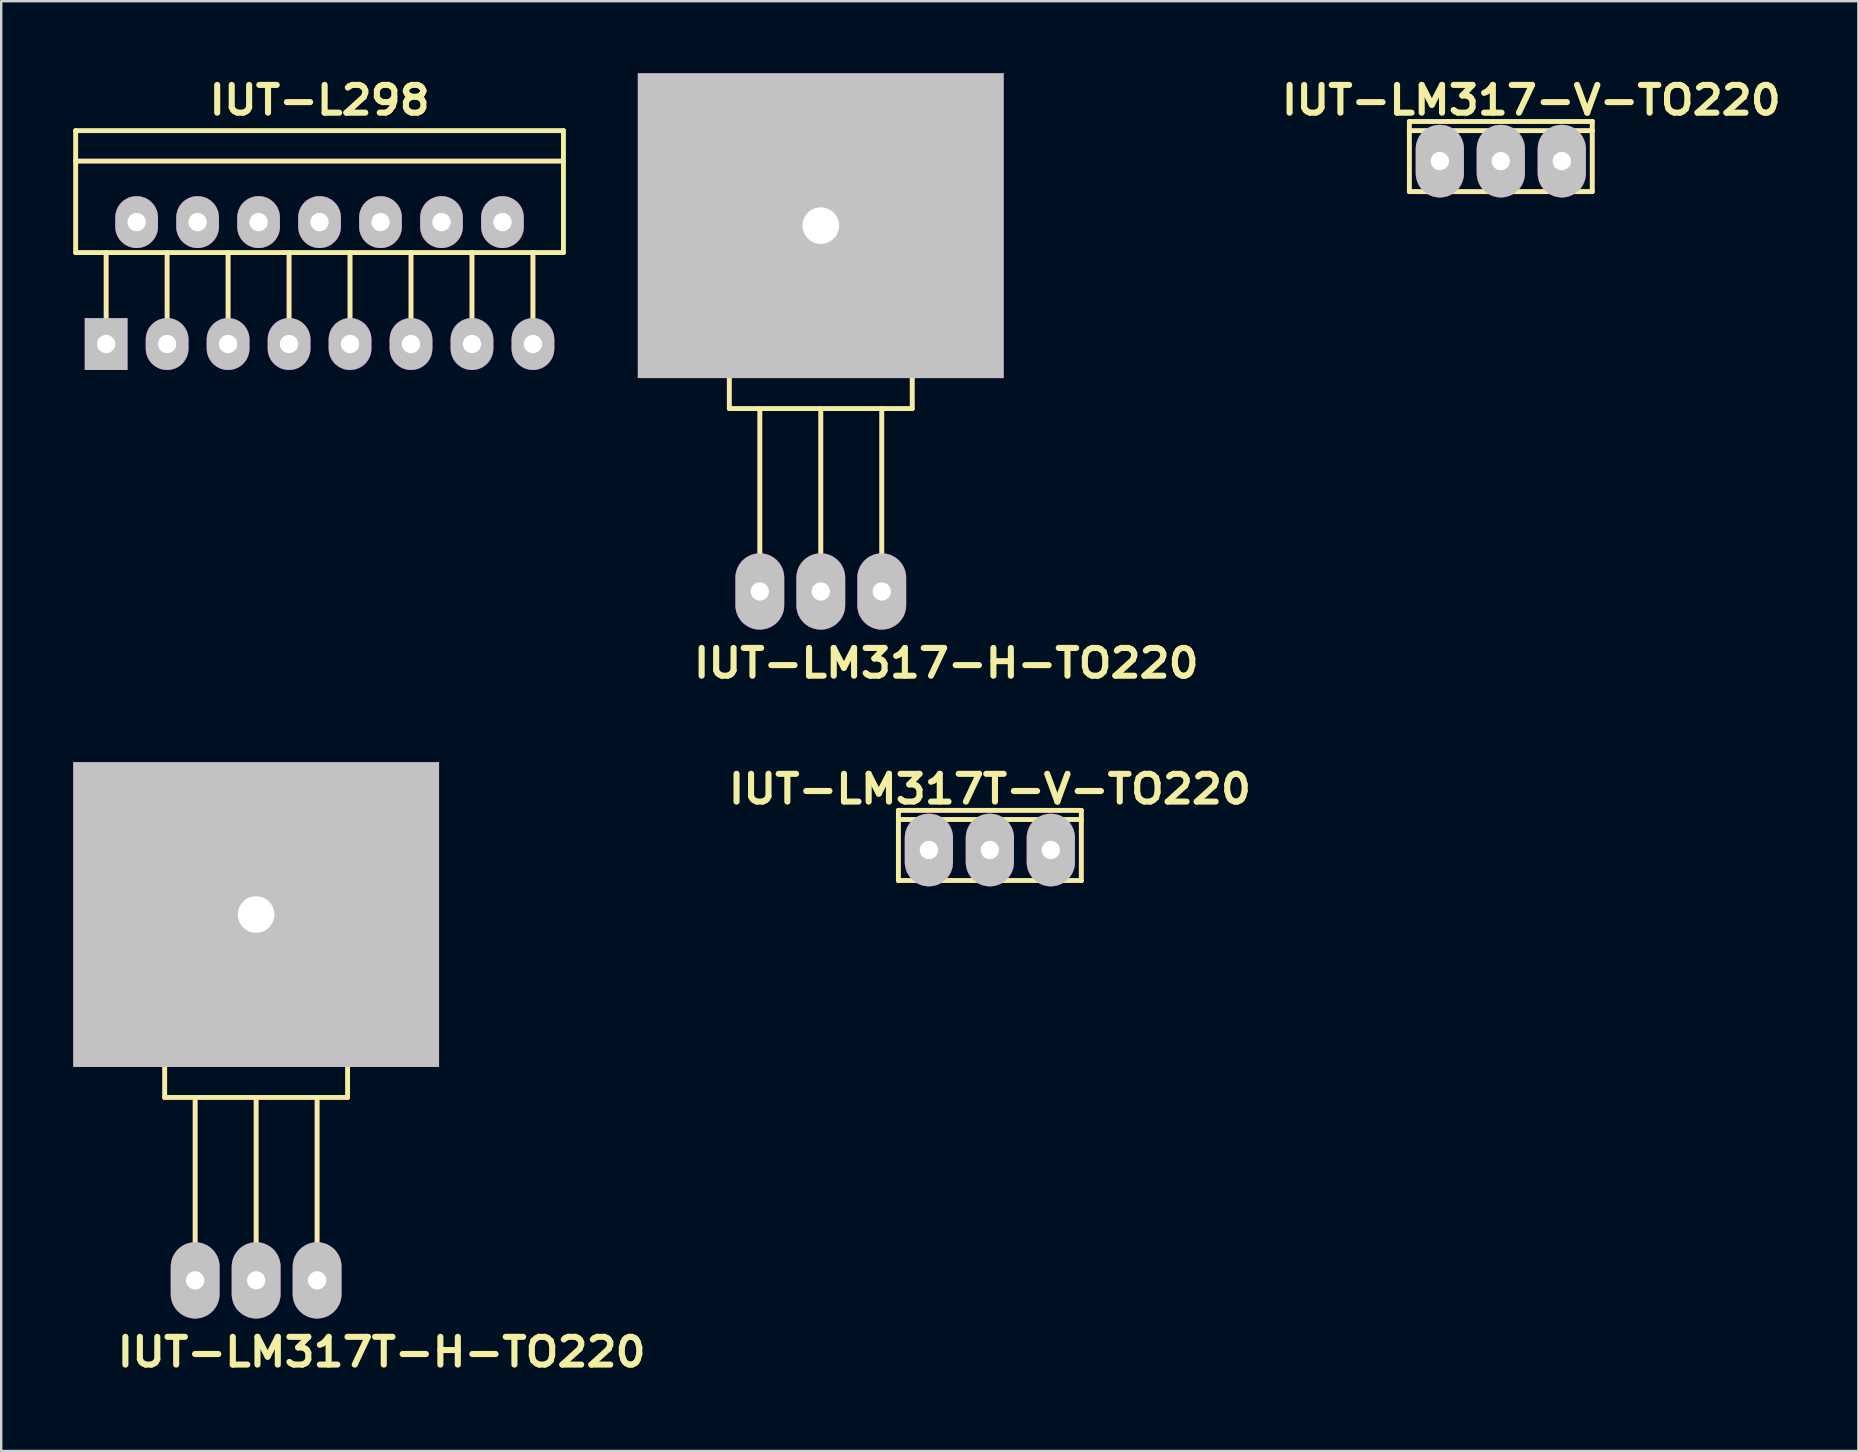
<source format=kicad_pcb>
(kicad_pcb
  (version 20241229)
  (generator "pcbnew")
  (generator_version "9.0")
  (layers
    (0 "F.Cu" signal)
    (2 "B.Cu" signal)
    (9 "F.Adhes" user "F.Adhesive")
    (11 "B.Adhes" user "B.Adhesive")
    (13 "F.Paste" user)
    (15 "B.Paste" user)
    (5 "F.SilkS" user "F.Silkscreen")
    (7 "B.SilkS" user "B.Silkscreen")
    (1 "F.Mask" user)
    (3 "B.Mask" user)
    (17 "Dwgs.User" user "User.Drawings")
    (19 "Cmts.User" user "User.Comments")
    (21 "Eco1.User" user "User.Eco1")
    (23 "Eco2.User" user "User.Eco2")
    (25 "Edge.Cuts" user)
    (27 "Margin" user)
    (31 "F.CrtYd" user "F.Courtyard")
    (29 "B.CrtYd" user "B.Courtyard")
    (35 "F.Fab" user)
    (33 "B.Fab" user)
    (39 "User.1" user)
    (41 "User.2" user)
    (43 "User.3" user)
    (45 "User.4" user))
  (footprint "IUT-L298"
    (layer "F.Cu")
    (at 1.372 11.282)
    (property "Reference" "IUT-L298" (at 8.89 -10.16 0) (layer "F.SilkS") (effects (font (size 1.156 1.27) (thickness 0.254))))
    (attr through_hole)
    (fp_line (start -1.27 -8.89) (end -1.27 -3.81) (stroke (width 0.203) (type solid)) (layer "F.SilkS"))
    (fp_line (start -1.27 -7.62) (end 19.05 -7.62) (stroke (width 0.203) (type solid)) (layer "F.SilkS"))
    (fp_line (start -1.27 -3.81) (end 19.05 -3.81) (stroke (width 0.203) (type solid)) (layer "F.SilkS"))
    (fp_line (start 0 0) (end 0 -3.81) (stroke (width 0.203) (type solid)) (layer "F.SilkS"))
    (fp_line (start 2.54 0) (end 2.54 -3.81) (stroke (width 0.203) (type solid)) (layer "F.SilkS"))
    (fp_line (start 5.08 0) (end 5.08 -3.81) (stroke (width 0.203) (type solid)) (layer "F.SilkS"))
    (fp_line (start 7.62 0) (end 7.62 -3.81) (stroke (width 0.203) (type solid)) (layer "F.SilkS"))
    (fp_line (start 10.16 0) (end 10.16 -3.81) (stroke (width 0.203) (type solid)) (layer "F.SilkS"))
    (fp_line (start 12.7 0) (end 12.7 -3.81) (stroke (width 0.203) (type solid)) (layer "F.SilkS"))
    (fp_line (start 15.24 0) (end 15.24 -3.81) (stroke (width 0.203) (type solid)) (layer "F.SilkS"))
    (fp_line (start 17.78 0) (end 17.78 -3.81) (stroke (width 0.203) (type solid)) (layer "F.SilkS"))
    (fp_line (start 19.05 -8.89) (end -1.27 -8.89) (stroke (width 0.203) (type solid)) (layer "F.SilkS"))
    (fp_line (start 19.05 -3.81) (end 19.05 -8.89) (stroke (width 0.203) (type solid)) (layer "F.SilkS"))
    (fp_line (start -1.27 -8.89) (end -1.27 -3.81) (stroke (width 0.203) (type solid)) (layer "F.Adhes"))
    (fp_line (start -1.27 -7.62) (end 19.05 -7.62) (stroke (width 0.203) (type solid)) (layer "F.Adhes"))
    (fp_line (start -1.27 -3.81) (end 19.05 -3.81) (stroke (width 0.203) (type solid)) (layer "F.Adhes"))
    (fp_line (start 0 0) (end 0 -3.81) (stroke (width 0.203) (type solid)) (layer "F.Adhes"))
    (fp_line (start 2.54 0) (end 2.54 -3.81) (stroke (width 0.203) (type solid)) (layer "F.Adhes"))
    (fp_line (start 5.08 0) (end 5.08 -3.81) (stroke (width 0.203) (type solid)) (layer "F.Adhes"))
    (fp_line (start 7.62 0) (end 7.62 -3.81) (stroke (width 0.203) (type solid)) (layer "F.Adhes"))
    (fp_line (start 10.16 0) (end 10.16 -3.81) (stroke (width 0.203) (type solid)) (layer "F.Adhes"))
    (fp_line (start 12.7 0) (end 12.7 -3.81) (stroke (width 0.203) (type solid)) (layer "F.Adhes"))
    (fp_line (start 15.24 0) (end 15.24 -3.81) (stroke (width 0.203) (type solid)) (layer "F.Adhes"))
    (fp_line (start 17.78 0) (end 17.78 -3.81) (stroke (width 0.203) (type solid)) (layer "F.Adhes"))
    (fp_line (start 19.05 -8.89) (end -1.27 -8.89) (stroke (width 0.203) (type solid)) (layer "F.Adhes"))
    (fp_line (start 19.05 -3.81) (end 19.05 -8.89) (stroke (width 0.203) (type solid)) (layer "F.Adhes"))
    (pad "1" thru_hole rect (at 0 0 90) (size 2.159 1.778) (drill 0.762) (layers "*.Cu" "*.Adhes" "*.Mask" "Dwgs.User" "Eco1.User" "Eco2.User"))
    (pad "2" thru_hole oval (at 1.27 -5.08 90) (size 2.159 1.778) (drill 0.762) (layers "*.Adhes" "*.Mask" "B.Cu" "Dwgs.User" "Eco1.User" "Eco2.User"))
    (pad "3" thru_hole oval (at 2.54 0 90) (size 2.159 1.778) (drill 0.762) (layers "*.Cu" "*.Adhes" "*.Mask" "Dwgs.User" "Eco1.User" "Eco2.User"))
    (pad "4" thru_hole oval (at 3.81 -5.08 90) (size 2.159 1.778) (drill 0.762) (layers "*.Adhes" "*.Mask" "B.Cu" "Dwgs.User" "Eco1.User" "Eco2.User"))
    (pad "5" thru_hole oval (at 5.08 0 90) (size 2.159 1.778) (drill 0.762) (layers "*.Cu" "*.Adhes" "*.Mask" "Dwgs.User" "Eco1.User" "Eco2.User"))
    (pad "6" thru_hole oval (at 6.35 -5.08 90) (size 2.159 1.778) (drill 0.762) (layers "*.Adhes" "*.Mask" "B.Cu" "Dwgs.User" "Eco1.User" "Eco2.User"))
    (pad "7" thru_hole oval (at 7.62 0 90) (size 2.159 1.778) (drill 0.762) (layers "*.Cu" "*.Adhes" "*.Mask" "Dwgs.User" "Eco1.User" "Eco2.User"))
    (pad "8" thru_hole oval (at 8.89 -5.08 90) (size 2.159 1.778) (drill 0.762) (layers "*.Adhes" "*.Mask" "B.Cu" "Dwgs.User" "Eco1.User" "Eco2.User"))
    (pad "9" thru_hole oval (at 10.16 0 90) (size 2.159 1.778) (drill 0.762) (layers "*.Cu" "*.Adhes" "*.Mask" "Dwgs.User" "Eco1.User" "Eco2.User"))
    (pad "10" thru_hole oval (at 11.43 -5.08 90) (size 2.159 1.778) (drill 0.762) (layers "*.Adhes" "*.Mask" "B.Cu" "Dwgs.User" "Eco1.User" "Eco2.User"))
    (pad "11" thru_hole oval (at 12.7 0 90) (size 2.159 1.778) (drill 0.762) (layers "*.Cu" "*.Adhes" "*.Mask" "Dwgs.User" "Eco1.User" "Eco2.User"))
    (pad "12" thru_hole oval (at 13.97 -5.08 90) (size 2.159 1.778) (drill 0.762) (layers "*.Adhes" "*.Mask" "B.Cu" "Dwgs.User" "Eco1.User" "Eco2.User"))
    (pad "13" thru_hole oval (at 15.24 0 90) (size 2.159 1.778) (drill 0.762) (layers "*.Cu" "*.Adhes" "*.Mask" "Dwgs.User" "Eco1.User" "Eco2.User"))
    (pad "14" thru_hole oval (at 16.51 -5.08 90) (size 2.159 1.778) (drill 0.762) (layers "*.Adhes" "*.Mask" "B.Cu" "Dwgs.User" "Eco1.User" "Eco2.User"))
    (pad "15" thru_hole oval (at 17.78 0 90) (size 2.159 1.778) (drill 0.762) (layers "*.Cu" "*.Adhes" "*.Mask" "Dwgs.User" "Eco1.User" "Eco2.User")))
  (footprint "IUT-LM317T-H-TO220"
    (layer "F.Cu")
    (at 7.62 50.289)
    (property "Reference" "IUT-LM317T-H-TO220" (at 5.227 2.987 0) (layer "F.SilkS") (effects (font (size 1.156 1.27) (thickness 0.254))))
    (attr through_hole)
    (fp_line (start -3.81 -20.32) (end 3.81 -20.32) (stroke (width 0.203) (type solid)) (layer "F.SilkS"))
    (fp_line (start -3.81 -19.05) (end -3.81 -20.32) (stroke (width 0.203) (type solid)) (layer "F.SilkS"))
    (fp_line (start -3.81 -17.78) (end -2.54 -17.78) (stroke (width 0.203) (type solid)) (layer "F.SilkS"))
    (fp_line (start -3.81 -7.62) (end -3.81 -17.78) (stroke (width 0.203) (type solid)) (layer "F.SilkS"))
    (fp_line (start -2.54 -19.05) (end -3.81 -19.05) (stroke (width 0.203) (type solid)) (layer "F.SilkS"))
    (fp_line (start -2.54 -17.78) (end -2.54 -19.05) (stroke (width 0.203) (type solid)) (layer "F.SilkS"))
    (fp_line (start -2.54 0) (end -2.54 -7.62) (stroke (width 0.203) (type solid)) (layer "F.SilkS"))
    (fp_line (start 0 0) (end 0 -7.62) (stroke (width 0.203) (type solid)) (layer "F.SilkS"))
    (fp_line (start 2.54 -19.05) (end 2.54 -17.78) (stroke (width 0.203) (type solid)) (layer "F.SilkS"))
    (fp_line (start 2.54 -17.78) (end 3.81 -17.78) (stroke (width 0.203) (type solid)) (layer "F.SilkS"))
    (fp_line (start 2.54 0) (end 2.54 -7.62) (stroke (width 0.203) (type solid)) (layer "F.SilkS"))
    (fp_line (start 3.81 -20.32) (end 3.81 -19.05) (stroke (width 0.203) (type solid)) (layer "F.SilkS"))
    (fp_line (start 3.81 -19.05) (end 2.54 -19.05) (stroke (width 0.203) (type solid)) (layer "F.SilkS"))
    (fp_line (start 3.81 -17.78) (end 3.81 -7.62) (stroke (width 0.203) (type solid)) (layer "F.SilkS"))
    (fp_line (start 3.81 -7.62) (end -3.81 -7.62) (stroke (width 0.203) (type solid)) (layer "F.SilkS"))
    (fp_line (start -3.81 -20.32) (end 3.81 -20.32) (stroke (width 0.203) (type solid)) (layer "F.Adhes"))
    (fp_line (start -3.81 -19.05) (end -3.81 -20.32) (stroke (width 0.203) (type solid)) (layer "F.Adhes"))
    (fp_line (start -3.81 -17.78) (end -2.54 -17.78) (stroke (width 0.203) (type solid)) (layer "F.Adhes"))
    (fp_line (start -3.81 -7.62) (end -3.81 -17.78) (stroke (width 0.203) (type solid)) (layer "F.Adhes"))
    (fp_line (start -2.54 -19.05) (end -3.81 -19.05) (stroke (width 0.203) (type solid)) (layer "F.Adhes"))
    (fp_line (start -2.54 -17.78) (end -2.54 -19.05) (stroke (width 0.203) (type solid)) (layer "F.Adhes"))
    (fp_line (start -2.54 0) (end -2.54 -7.62) (stroke (width 0.203) (type solid)) (layer "F.Adhes"))
    (fp_line (start 0 0) (end 0 -7.62) (stroke (width 0.203) (type solid)) (layer "F.Adhes"))
    (fp_line (start 2.54 -19.05) (end 2.54 -17.78) (stroke (width 0.203) (type solid)) (layer "F.Adhes"))
    (fp_line (start 2.54 -17.78) (end 3.81 -17.78) (stroke (width 0.203) (type solid)) (layer "F.Adhes"))
    (fp_line (start 2.54 0) (end 2.54 -7.62) (stroke (width 0.203) (type solid)) (layer "F.Adhes"))
    (fp_line (start 3.81 -20.32) (end 3.81 -19.05) (stroke (width 0.203) (type solid)) (layer "F.Adhes"))
    (fp_line (start 3.81 -19.05) (end 2.54 -19.05) (stroke (width 0.203) (type solid)) (layer "F.Adhes"))
    (fp_line (start 3.81 -17.78) (end 3.81 -7.62) (stroke (width 0.203) (type solid)) (layer "F.Adhes"))
    (fp_line (start 3.81 -7.62) (end -3.81 -7.62) (stroke (width 0.203) (type solid)) (layer "F.Adhes"))
    (pad "1" thru_hole oval (at -2.54 0 90) (size 3.175 2.032) (drill 0.762) (layers "*.Cu" "*.Adhes" "*.Mask" "Dwgs.User" "Eco1.User" "Eco2.User"))
    (pad "2" thru_hole oval (at 0 0 90) (size 3.175 2.032) (drill 0.762) (layers "*.Cu" "*.Adhes" "*.Mask" "Dwgs.User" "Eco1.User" "Eco2.User"))
    (pad "3" thru_hole oval (at 2.54 0 90) (size 3.175 2.032) (drill 0.762) (layers "*.Cu" "*.Adhes" "*.Mask" "Dwgs.User" "Eco1.User" "Eco2.User"))
    (pad "X" thru_hole rect (at 0 -15.24) (size 15.24 12.7) (drill 1.524) (layers "*.Adhes" "*.Mask" "F.Cu" "Dwgs.User" "Eco1.User" "Eco2.User")))
  (footprint "IUT-LM317-H-TO220"
    (layer "F.Cu")
    (at 31.143 21.59)
    (property "Reference" "IUT-LM317-H-TO220" (at 5.227 2.987 0) (layer "F.SilkS") (effects (font (size 1.156 1.27) (thickness 0.254))))
    (attr through_hole)
    (fp_line (start -3.81 -20.32) (end 3.81 -20.32) (stroke (width 0.203) (type solid)) (layer "F.SilkS"))
    (fp_line (start -3.81 -19.05) (end -3.81 -20.32) (stroke (width 0.203) (type solid)) (layer "F.SilkS"))
    (fp_line (start -3.81 -17.78) (end -2.54 -17.78) (stroke (width 0.203) (type solid)) (layer "F.SilkS"))
    (fp_line (start -3.81 -7.62) (end -3.81 -17.78) (stroke (width 0.203) (type solid)) (layer "F.SilkS"))
    (fp_line (start -2.54 -19.05) (end -3.81 -19.05) (stroke (width 0.203) (type solid)) (layer "F.SilkS"))
    (fp_line (start -2.54 -17.78) (end -2.54 -19.05) (stroke (width 0.203) (type solid)) (layer "F.SilkS"))
    (fp_line (start -2.54 0) (end -2.54 -7.62) (stroke (width 0.203) (type solid)) (layer "F.SilkS"))
    (fp_line (start 0 0) (end 0 -7.62) (stroke (width 0.203) (type solid)) (layer "F.SilkS"))
    (fp_line (start 2.54 -19.05) (end 2.54 -17.78) (stroke (width 0.203) (type solid)) (layer "F.SilkS"))
    (fp_line (start 2.54 -17.78) (end 3.81 -17.78) (stroke (width 0.203) (type solid)) (layer "F.SilkS"))
    (fp_line (start 2.54 0) (end 2.54 -7.62) (stroke (width 0.203) (type solid)) (layer "F.SilkS"))
    (fp_line (start 3.81 -20.32) (end 3.81 -19.05) (stroke (width 0.203) (type solid)) (layer "F.SilkS"))
    (fp_line (start 3.81 -19.05) (end 2.54 -19.05) (stroke (width 0.203) (type solid)) (layer "F.SilkS"))
    (fp_line (start 3.81 -17.78) (end 3.81 -7.62) (stroke (width 0.203) (type solid)) (layer "F.SilkS"))
    (fp_line (start 3.81 -7.62) (end -3.81 -7.62) (stroke (width 0.203) (type solid)) (layer "F.SilkS"))
    (fp_line (start -3.81 -20.32) (end 3.81 -20.32) (stroke (width 0.203) (type solid)) (layer "F.Adhes"))
    (fp_line (start -3.81 -19.05) (end -3.81 -20.32) (stroke (width 0.203) (type solid)) (layer "F.Adhes"))
    (fp_line (start -3.81 -17.78) (end -2.54 -17.78) (stroke (width 0.203) (type solid)) (layer "F.Adhes"))
    (fp_line (start -3.81 -7.62) (end -3.81 -17.78) (stroke (width 0.203) (type solid)) (layer "F.Adhes"))
    (fp_line (start -2.54 -19.05) (end -3.81 -19.05) (stroke (width 0.203) (type solid)) (layer "F.Adhes"))
    (fp_line (start -2.54 -17.78) (end -2.54 -19.05) (stroke (width 0.203) (type solid)) (layer "F.Adhes"))
    (fp_line (start -2.54 0) (end -2.54 -7.62) (stroke (width 0.203) (type solid)) (layer "F.Adhes"))
    (fp_line (start 0 0) (end 0 -7.62) (stroke (width 0.203) (type solid)) (layer "F.Adhes"))
    (fp_line (start 2.54 -19.05) (end 2.54 -17.78) (stroke (width 0.203) (type solid)) (layer "F.Adhes"))
    (fp_line (start 2.54 -17.78) (end 3.81 -17.78) (stroke (width 0.203) (type solid)) (layer "F.Adhes"))
    (fp_line (start 2.54 0) (end 2.54 -7.62) (stroke (width 0.203) (type solid)) (layer "F.Adhes"))
    (fp_line (start 3.81 -20.32) (end 3.81 -19.05) (stroke (width 0.203) (type solid)) (layer "F.Adhes"))
    (fp_line (start 3.81 -19.05) (end 2.54 -19.05) (stroke (width 0.203) (type solid)) (layer "F.Adhes"))
    (fp_line (start 3.81 -17.78) (end 3.81 -7.62) (stroke (width 0.203) (type solid)) (layer "F.Adhes"))
    (fp_line (start 3.81 -7.62) (end -3.81 -7.62) (stroke (width 0.203) (type solid)) (layer "F.Adhes"))
    (pad "1" thru_hole oval (at 2.54 0 90) (size 3.175 2.032) (drill 0.762) (layers "*.Cu" "*.Adhes" "*.Mask" "Dwgs.User" "Eco1.User" "Eco2.User"))
    (pad "2" thru_hole oval (at -2.54 0 90) (size 3.175 2.032) (drill 0.762) (layers "*.Cu" "*.Adhes" "*.Mask" "Dwgs.User" "Eco1.User" "Eco2.User"))
    (pad "3" thru_hole oval (at 0 0 90) (size 3.175 2.032) (drill 0.762) (layers "*.Cu" "*.Adhes" "*.Mask" "Dwgs.User" "Eco1.User" "Eco2.User"))
    (pad "X" thru_hole rect (at 0 -15.24) (size 15.24 12.7) (drill 1.524) (layers "*.Adhes" "*.Mask" "F.Cu" "Dwgs.User" "Eco1.User" "Eco2.User")))
  (footprint "IUT-LM317-V-TO220"
    (layer "F.Cu")
    (at 59.473 3.662)
    (property "Reference" "IUT-LM317-V-TO220" (at 1.27 -2.54 0) (layer "F.SilkS") (effects (font (size 1.156 1.27) (thickness 0.254))))
    (attr through_hole)
    (fp_line (start -3.81 -1.651) (end 3.81 -1.651) (stroke (width 0.203) (type solid)) (layer "F.SilkS"))
    (fp_line (start -3.81 -1.27) (end -3.81 -1.651) (stroke (width 0.203) (type solid)) (layer "F.SilkS"))
    (fp_line (start -3.81 -1.27) (end -3.81 1.27) (stroke (width 0.203) (type solid)) (layer "F.SilkS"))
    (fp_line (start -3.81 1.27) (end 3.81 1.27) (stroke (width 0.203) (type solid)) (layer "F.SilkS"))
    (fp_line (start 3.81 -1.651) (end 3.81 -1.27) (stroke (width 0.203) (type solid)) (layer "F.SilkS"))
    (fp_line (start 3.81 -1.27) (end -3.81 -1.27) (stroke (width 0.203) (type solid)) (layer "F.SilkS"))
    (fp_line (start 3.81 1.27) (end 3.81 -1.27) (stroke (width 0.203) (type solid)) (layer "F.SilkS"))
    (fp_line (start -3.81 -1.651) (end 3.81 -1.651) (stroke (width 0.203) (type solid)) (layer "F.Adhes"))
    (fp_line (start -3.81 -1.27) (end -3.81 -1.651) (stroke (width 0.203) (type solid)) (layer "F.Adhes"))
    (fp_line (start -3.81 -1.27) (end -3.81 1.27) (stroke (width 0.203) (type solid)) (layer "F.Adhes"))
    (fp_line (start -3.81 1.27) (end 3.81 1.27) (stroke (width 0.203) (type solid)) (layer "F.Adhes"))
    (fp_line (start 3.81 -1.651) (end 3.81 -1.27) (stroke (width 0.203) (type solid)) (layer "F.Adhes"))
    (fp_line (start 3.81 -1.27) (end -3.81 -1.27) (stroke (width 0.203) (type solid)) (layer "F.Adhes"))
    (fp_line (start 3.81 1.27) (end 3.81 -1.27) (stroke (width 0.203) (type solid)) (layer "F.Adhes"))
    (pad "1" thru_hole oval (at 2.54 0 90) (size 3.023 2.007) (drill 0.762) (layers "*.Cu" "*.Adhes" "*.Mask" "Dwgs.User" "Eco1.User" "Eco2.User"))
    (pad "2" thru_hole oval (at -2.54 0 90) (size 3.023 2.007) (drill 0.762) (layers "*.Cu" "*.Adhes" "*.Mask" "Dwgs.User" "Eco1.User" "Eco2.User"))
    (pad "3" thru_hole oval (at 0 0 90) (size 3.023 2.007) (drill 0.762) (layers "*.Cu" "*.Adhes" "*.Mask" "Dwgs.User" "Eco1.User" "Eco2.User")))
  (footprint "IUT-LM317T-V-TO220"
    (layer "F.Cu")
    (at 38.187 32.361)
    (property "Reference" "IUT-LM317T-V-TO220" (at 0 -2.54 0) (layer "F.SilkS") (effects (font (size 1.156 1.27) (thickness 0.254))))
    (attr through_hole)
    (fp_line (start -3.81 -1.651) (end 3.81 -1.651) (stroke (width 0.203) (type solid)) (layer "F.SilkS"))
    (fp_line (start -3.81 -1.27) (end -3.81 -1.651) (stroke (width 0.203) (type solid)) (layer "F.SilkS"))
    (fp_line (start -3.81 -1.27) (end -3.81 1.27) (stroke (width 0.203) (type solid)) (layer "F.SilkS"))
    (fp_line (start -3.81 1.27) (end 3.81 1.27) (stroke (width 0.203) (type solid)) (layer "F.SilkS"))
    (fp_line (start 3.81 -1.651) (end 3.81 -1.27) (stroke (width 0.203) (type solid)) (layer "F.SilkS"))
    (fp_line (start 3.81 -1.27) (end -3.81 -1.27) (stroke (width 0.203) (type solid)) (layer "F.SilkS"))
    (fp_line (start 3.81 1.27) (end 3.81 -1.27) (stroke (width 0.203) (type solid)) (layer "F.SilkS"))
    (fp_line (start -3.81 -1.651) (end 3.81 -1.651) (stroke (width 0.203) (type solid)) (layer "F.Adhes"))
    (fp_line (start -3.81 -1.27) (end -3.81 -1.651) (stroke (width 0.203) (type solid)) (layer "F.Adhes"))
    (fp_line (start -3.81 -1.27) (end -3.81 1.27) (stroke (width 0.203) (type solid)) (layer "F.Adhes"))
    (fp_line (start -3.81 1.27) (end 3.81 1.27) (stroke (width 0.203) (type solid)) (layer "F.Adhes"))
    (fp_line (start 3.81 -1.651) (end 3.81 -1.27) (stroke (width 0.203) (type solid)) (layer "F.Adhes"))
    (fp_line (start 3.81 -1.27) (end -3.81 -1.27) (stroke (width 0.203) (type solid)) (layer "F.Adhes"))
    (fp_line (start 3.81 1.27) (end 3.81 -1.27) (stroke (width 0.203) (type solid)) (layer "F.Adhes"))
    (pad "1" thru_hole oval (at -2.54 0 90) (size 3.023 2.007) (drill 0.762) (layers "*.Cu" "*.Adhes" "*.Mask" "Dwgs.User" "Eco1.User" "Eco2.User"))
    (pad "2" thru_hole oval (at 0 0 90) (size 3.023 2.007) (drill 0.762) (layers "*.Cu" "*.Adhes" "*.Mask" "Dwgs.User" "Eco1.User" "Eco2.User"))
    (pad "3" thru_hole oval (at 2.54 0 90) (size 3.023 2.007) (drill 0.762) (layers "*.Cu" "*.Adhes" "*.Mask" "Dwgs.User" "Eco1.User" "Eco2.User")))
  (gr_rect
    (start -3 -3)
    (end 74.368 57.398)
    (stroke (width 0.1) (type default))
    (fill no)
    (layer "Edge.Cuts")))
</source>
